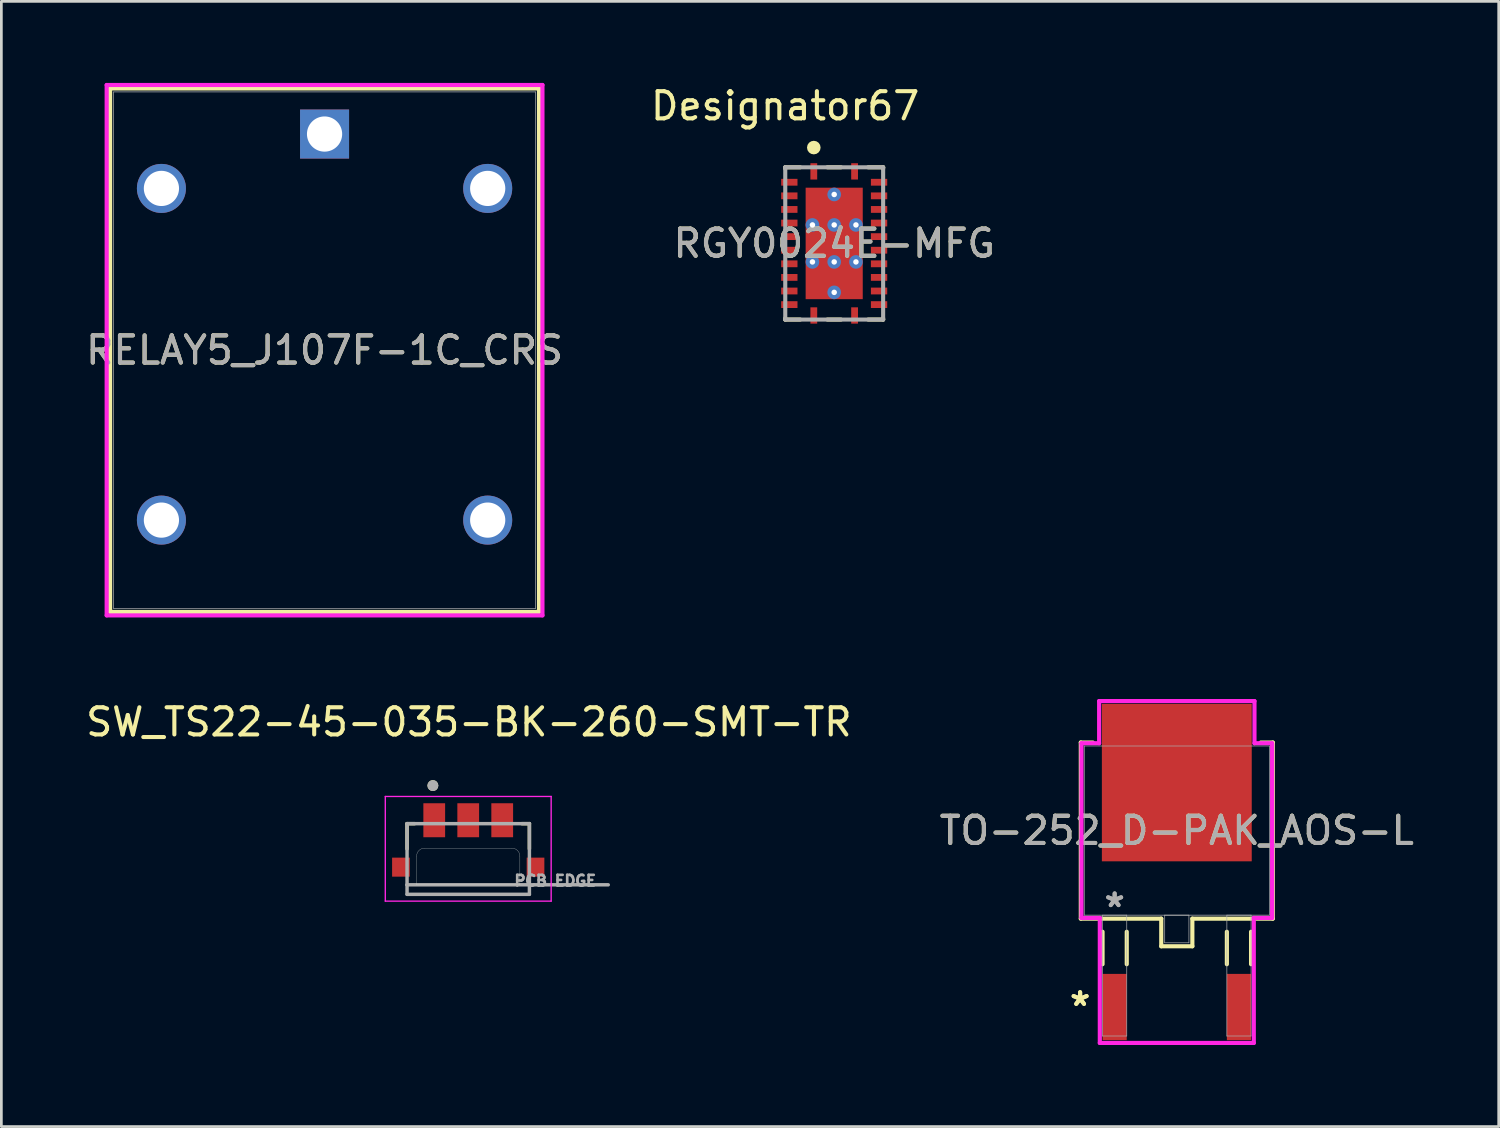
<source format=kicad_pcb>
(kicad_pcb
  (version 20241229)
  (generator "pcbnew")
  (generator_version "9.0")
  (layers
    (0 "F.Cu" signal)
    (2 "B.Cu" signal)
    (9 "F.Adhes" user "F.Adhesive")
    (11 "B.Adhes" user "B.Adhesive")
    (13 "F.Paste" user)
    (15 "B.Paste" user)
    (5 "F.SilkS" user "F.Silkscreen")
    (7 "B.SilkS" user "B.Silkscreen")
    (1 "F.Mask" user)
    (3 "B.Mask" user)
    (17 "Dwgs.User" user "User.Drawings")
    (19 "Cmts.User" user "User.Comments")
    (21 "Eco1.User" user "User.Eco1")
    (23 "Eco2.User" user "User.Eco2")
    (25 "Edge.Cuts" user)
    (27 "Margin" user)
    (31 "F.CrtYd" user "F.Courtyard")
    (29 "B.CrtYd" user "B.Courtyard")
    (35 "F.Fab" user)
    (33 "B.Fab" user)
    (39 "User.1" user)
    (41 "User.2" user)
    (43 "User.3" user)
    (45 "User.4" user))
  (footprint "TO-252_D-PAK_AOS-L"
    (layer "F.Cu")
    (at 40.232 27.498)
    (property "Reference" "TO-252_D-PAK_AOS-L" (at 0 0 0) (unlocked yes) (layer "F.SilkS") (effects (font (size 1 1) (thickness 0.15))))
    (attr smd)
    (fp_line (start -3.531 -3.239) (end -3.531 3.239) (stroke (width 0.152) (type solid)) (layer "F.SilkS"))
    (fp_line (start -3.531 3.239) (end -0.572 3.239) (stroke (width 0.152) (type solid)) (layer "F.SilkS"))
    (fp_line (start -3.089 -3.239) (end -3.531 -3.239) (stroke (width 0.152) (type solid)) (layer "F.SilkS"))
    (fp_line (start -2.731 3.721) (end -2.731 4.915) (stroke (width 0.152) (type solid)) (layer "F.SilkS"))
    (fp_line (start -1.841 3.721) (end -1.841 4.915) (stroke (width 0.152) (type solid)) (layer "F.SilkS"))
    (fp_line (start -0.572 3.239) (end -0.572 4.255) (stroke (width 0.152) (type solid)) (layer "F.SilkS"))
    (fp_line (start -0.572 4.255) (end 0.572 4.255) (stroke (width 0.152) (type solid)) (layer "F.SilkS"))
    (fp_line (start 0.572 3.239) (end 3.531 3.239) (stroke (width 0.152) (type solid)) (layer "F.SilkS"))
    (fp_line (start 0.572 4.255) (end 0.572 3.239) (stroke (width 0.152) (type solid)) (layer "F.SilkS"))
    (fp_line (start 1.841 3.721) (end 1.841 4.915) (stroke (width 0.152) (type solid)) (layer "F.SilkS"))
    (fp_line (start 2.731 3.721) (end 2.731 4.915) (stroke (width 0.152) (type solid)) (layer "F.SilkS"))
    (fp_line (start 3.531 -3.239) (end 3.089 -3.239) (stroke (width 0.152) (type solid)) (layer "F.SilkS"))
    (fp_line (start 3.531 3.239) (end 3.531 -3.239) (stroke (width 0.152) (type solid)) (layer "F.SilkS"))
    (fp_line (start -3.505 -3.213) (end -2.857 -3.213) (stroke (width 0.152) (type solid)) (layer "F.CrtYd"))
    (fp_line (start -3.505 3.213) (end -3.505 -3.213) (stroke (width 0.152) (type solid)) (layer "F.CrtYd"))
    (fp_line (start -2.857 -4.763) (end 2.857 -4.763) (stroke (width 0.152) (type solid)) (layer "F.CrtYd"))
    (fp_line (start -2.857 -3.213) (end -2.857 -4.763) (stroke (width 0.152) (type solid)) (layer "F.CrtYd"))
    (fp_line (start -2.832 3.213) (end -3.505 3.213) (stroke (width 0.152) (type solid)) (layer "F.CrtYd"))
    (fp_line (start -2.832 7.811) (end -2.832 3.213) (stroke (width 0.152) (type solid)) (layer "F.CrtYd"))
    (fp_line (start 2.832 3.213) (end 2.832 7.811) (stroke (width 0.152) (type solid)) (layer "F.CrtYd"))
    (fp_line (start 2.832 7.811) (end -2.832 7.811) (stroke (width 0.152) (type solid)) (layer "F.CrtYd"))
    (fp_line (start 2.857 -4.763) (end 2.857 -3.213) (stroke (width 0.152) (type solid)) (layer "F.CrtYd"))
    (fp_line (start 2.857 -3.213) (end 3.505 -3.213) (stroke (width 0.152) (type solid)) (layer "F.CrtYd"))
    (fp_line (start 3.505 -3.213) (end 3.505 3.213) (stroke (width 0.152) (type solid)) (layer "F.CrtYd"))
    (fp_line (start 3.505 3.213) (end 2.832 3.213) (stroke (width 0.152) (type solid)) (layer "F.CrtYd"))
    (fp_line (start -3.404 -3.111) (end -3.404 3.111) (stroke (width 0.025) (type solid)) (layer "F.Fab"))
    (fp_line (start -3.404 3.111) (end 3.404 3.111) (stroke (width 0.025) (type solid)) (layer "F.Fab"))
    (fp_line (start -2.731 3.111) (end -2.731 7.556) (stroke (width 0.025) (type solid)) (layer "F.Fab"))
    (fp_line (start -2.731 7.556) (end -1.841 7.556) (stroke (width 0.025) (type solid)) (layer "F.Fab"))
    (fp_line (start -1.841 3.111) (end -2.731 3.111) (stroke (width 0.025) (type solid)) (layer "F.Fab"))
    (fp_line (start -1.841 7.556) (end -1.841 3.111) (stroke (width 0.025) (type solid)) (layer "F.Fab"))
    (fp_line (start -0.445 3.111) (end -0.445 4.128) (stroke (width 0.025) (type solid)) (layer "F.Fab"))
    (fp_line (start -0.445 4.128) (end 0.445 4.128) (stroke (width 0.025) (type solid)) (layer "F.Fab"))
    (fp_line (start 0.445 3.111) (end -0.445 3.111) (stroke (width 0.025) (type solid)) (layer "F.Fab"))
    (fp_line (start 0.445 4.128) (end 0.445 3.111) (stroke (width 0.025) (type solid)) (layer "F.Fab"))
    (fp_line (start 1.841 3.111) (end 1.841 7.556) (stroke (width 0.025) (type solid)) (layer "F.Fab"))
    (fp_line (start 1.841 7.556) (end 2.731 7.556) (stroke (width 0.025) (type solid)) (layer "F.Fab"))
    (fp_line (start 2.731 3.111) (end 1.841 3.111) (stroke (width 0.025) (type solid)) (layer "F.Fab"))
    (fp_line (start 2.731 7.556) (end 2.731 3.111) (stroke (width 0.025) (type solid)) (layer "F.Fab"))
    (fp_line (start 3.404 -3.111) (end -3.404 -3.111) (stroke (width 0.025) (type solid)) (layer "F.Fab"))
    (fp_line (start 3.404 3.111) (end 3.404 -3.111) (stroke (width 0.025) (type solid)) (layer "F.Fab"))
    (fp_text user "*" (at -3.556 6.49 0) (layer "F.SilkS") (effects (font (size 1 1) (thickness 0.15))))
    (fp_text user "*" (at -3.556 6.49 0) (unlocked yes) (layer "F.SilkS") (effects (font (size 1 1) (thickness 0.15))))
    (fp_text user "${REFERENCE}" (at 0 0 0) (unlocked yes) (layer "F.Fab") (effects (font (size 1 1) (thickness 0.15))))
    (fp_text user "*" (at -2.286 2.857 0) (layer "F.Fab") (effects (font (size 1 1) (thickness 0.15))))
    (fp_text user "*" (at -2.286 2.857 0) (unlocked yes) (layer "F.Fab") (effects (font (size 1 1) (thickness 0.15))))
    (pad "1" smd rect (at -2.286 6.49) (size 0.889 2.438) (layers "F.Cu" "F.Mask" "F.Paste"))
    (pad "2" smd rect (at 0 -1.765) (size 5.512 5.791) (layers "F.Cu" "F.Mask" "F.Paste"))
    (pad "3" smd rect (at 2.286 6.49) (size 0.889 2.438) (layers "F.Cu" "F.Mask" "F.Paste")))
  (footprint "SW_TS22-45-035-BK-260-SMT-TR"
    (layer "F.Cu")
    (at 14.171 28.143)
    (property "Reference" "SW_TS22-45-035-BK-260-SMT-TR" (at 0.025 -4.635 0) (layer "F.SilkS") (effects (font (size 1 1) (thickness 0.15))))
    (attr smd)
    (fp_line (start -2.25 -0.9) (end -2.25 0.03) (stroke (width 0.127) (type solid)) (layer "F.SilkS"))
    (fp_line (start -1.97 -0.9) (end -2.25 -0.9) (stroke (width 0.127) (type solid)) (layer "F.SilkS"))
    (fp_line (start 2.25 -0.9) (end 1.97 -0.9) (stroke (width 0.127) (type solid)) (layer "F.SilkS"))
    (fp_line (start 2.25 0.03) (end 2.25 -0.9) (stroke (width 0.127) (type solid)) (layer "F.SilkS"))
    (fp_circle (center -1.3 -2.3) (end -1.2 -2.3) (stroke (width 0.2) (type solid)) (fill no) (layer "F.SilkS"))
    (fp_line (start -1.9 1.35) (end -1.9 0.3) (stroke (width 0.01) (type solid)) (layer "Edge.Cuts"))
    (fp_line (start -1.6 0) (end 1.6 0) (stroke (width 0.01) (type solid)) (layer "Edge.Cuts"))
    (fp_line (start 1.9 0.3) (end 1.9 1.35) (stroke (width 0.01) (type solid)) (layer "Edge.Cuts"))
    (fp_line (start 1.9 1.35) (end -1.9 1.35) (stroke (width 0.01) (type solid)) (layer "Edge.Cuts"))
    (fp_arc (start -1.9 0.3) (mid -1.812132 0.087868) (end -1.6 0) (stroke (width 0.01) (type solid)) (layer "Edge.Cuts"))
    (fp_arc (start 1.6 0) (mid 1.812132 0.087868) (end 1.9 0.3) (stroke (width 0.01) (type solid)) (layer "Edge.Cuts"))
    (fp_line (start -3.05 -1.9) (end -3.05 1.95) (stroke (width 0.05) (type solid)) (layer "F.CrtYd"))
    (fp_line (start -3.05 1.95) (end 3.05 1.95) (stroke (width 0.05) (type solid)) (layer "F.CrtYd"))
    (fp_line (start 3.05 -1.9) (end -3.05 -1.9) (stroke (width 0.05) (type solid)) (layer "F.CrtYd"))
    (fp_line (start 3.05 1.95) (end 3.05 -1.9) (stroke (width 0.05) (type solid)) (layer "F.CrtYd"))
    (fp_line (start -2.25 -0.9) (end -2.25 1.35) (stroke (width 0.127) (type solid)) (layer "F.Fab"))
    (fp_line (start -2.25 1.35) (end -2.25 1.7) (stroke (width 0.127) (type solid)) (layer "F.Fab"))
    (fp_line (start -2.25 1.35) (end 5.15 1.35) (stroke (width 0.127) (type solid)) (layer "F.Fab"))
    (fp_line (start -2.25 1.7) (end 2.25 1.7) (stroke (width 0.127) (type solid)) (layer "F.Fab"))
    (fp_line (start 2.25 -0.9) (end -2.25 -0.9) (stroke (width 0.127) (type solid)) (layer "F.Fab"))
    (fp_line (start 2.25 1.7) (end 2.25 -0.9) (stroke (width 0.127) (type solid)) (layer "F.Fab"))
    (fp_circle (center -1.3 -2.3) (end -1.2 -2.3) (stroke (width 0.2) (type solid)) (fill no) (layer "F.Fab"))
    (fp_text user "PCB EDGE" (at 3.2 1.2 0) (layer "F.Fab") (effects (font (size 0.394 0.394) (thickness 0.15))))
    (pad "1_1" smd rect (at -1.25 -1.025) (size 0.8 1.25) (layers "F.Cu" "F.Mask" "F.Paste"))
    (pad "1_2" smd rect (at 1.25 -1.025) (size 0.8 1.25) (layers "F.Cu" "F.Mask" "F.Paste"))
    (pad "2" smd rect (at 0 -1.025) (size 0.8 1.25) (layers "F.Cu" "F.Mask" "F.Paste"))
    (pad "4" smd rect (at -2.475 0.7) (size 0.65 0.7) (layers "F.Cu" "F.Mask" "F.Paste"))
    (pad "5" smd rect (at 2.475 0.7) (size 0.65 0.7) (layers "F.Cu" "F.Mask" "F.Paste")))
  (footprint "RELAY5_J107F-1C_CRS"
    (layer "F.Cu")
    (at 8.887 1.88)
    (property "Reference" "RELAY5_J107F-1C_CRS" (at 0 7.95 0) (unlocked yes) (layer "F.SilkS") (effects (font (size 1 1) (thickness 0.15))))
    (attr through_hole)
    (fp_line (start -7.887 -1.677) (end -7.887 17.576) (stroke (width 0.152) (type solid)) (layer "F.SilkS"))
    (fp_line (start 7.887 -1.677) (end -7.887 -1.677) (stroke (width 0.152) (type solid)) (layer "F.SilkS"))
    (fp_line (start 7.887 -1.677) (end 7.887 17.576) (stroke (width 0.152) (type solid)) (layer "F.SilkS"))
    (fp_line (start 7.887 17.576) (end -7.887 17.576) (stroke (width 0.152) (type solid)) (layer "F.SilkS"))
    (fp_line (start -8.014 -1.804) (end -8.014 17.703) (stroke (width 0.152) (type solid)) (layer "F.CrtYd"))
    (fp_line (start -8.014 17.703) (end 8.014 17.703) (stroke (width 0.152) (type solid)) (layer "F.CrtYd"))
    (fp_line (start 8.014 -1.804) (end -8.014 -1.804) (stroke (width 0.152) (type solid)) (layer "F.CrtYd"))
    (fp_line (start 8.014 17.703) (end 8.014 -1.804) (stroke (width 0.152) (type solid)) (layer "F.CrtYd"))
    (fp_line (start -7.76 -1.55) (end -7.76 17.449) (stroke (width 0.025) (type solid)) (layer "F.Fab"))
    (fp_line (start 7.76 -1.55) (end -7.76 -1.55) (stroke (width 0.025) (type solid)) (layer "F.Fab"))
    (fp_line (start 7.76 -1.55) (end 7.76 17.449) (stroke (width 0.025) (type solid)) (layer "F.Fab"))
    (fp_line (start 7.76 17.449) (end -7.76 17.449) (stroke (width 0.025) (type solid)) (layer "F.Fab"))
    (fp_text user "${REFERENCE}" (at 0 7.95 0) (unlocked yes) (layer "F.Fab") (effects (font (size 1 1) (thickness 0.15))))
    (pad "1" thru_hole rect (at 0 0) (size 1.803 1.803) (drill 1.295) (layers "*.Cu" "*.Mask"))
    (pad "2" thru_hole circle (at -6 2) (size 1.803 1.803) (drill 1.295) (layers "*.Cu" "*.Mask"))
    (pad "3" thru_hole circle (at -6 14.199) (size 1.803 1.803) (drill 1.295) (layers "*.Cu" "*.Mask"))
    (pad "4" thru_hole circle (at 6 14.199) (size 1.803 1.803) (drill 1.295) (layers "*.Cu" "*.Mask"))
    (pad "5" thru_hole circle (at 6 2) (size 1.803 1.803) (drill 1.295) (layers "*.Cu" "*.Mask")))
  (footprint "RGY0024E-MFG"
    (layer "F.Cu")
    (at 27.631 5.903)
    (property "Reference" "RGY0024E-MFG" (at 0 0 0) (unlocked yes) (layer "F.SilkS") (effects (font (size 1 1) (thickness 0.15))))
    (attr smd)
    (fp_line (start -1.8 -2.8) (end -1.25 -2.8) (stroke (width 0.15) (type solid)) (layer "F.SilkS"))
    (fp_line (start -1.8 -2.75) (end -1.8 -2.8) (stroke (width 0.15) (type solid)) (layer "F.SilkS"))
    (fp_line (start -1.8 2.8) (end -1.8 2.75) (stroke (width 0.15) (type solid)) (layer "F.SilkS"))
    (fp_line (start -1.8 2.8) (end -1.25 2.8) (stroke (width 0.15) (type solid)) (layer "F.SilkS"))
    (fp_line (start -0.25 -2.8) (end 0.25 -2.8) (stroke (width 0.15) (type solid)) (layer "F.SilkS"))
    (fp_line (start -0.25 2.8) (end 0.25 2.8) (stroke (width 0.15) (type solid)) (layer "F.SilkS"))
    (fp_line (start 1.25 -2.8) (end 1.8 -2.8) (stroke (width 0.15) (type solid)) (layer "F.SilkS"))
    (fp_line (start 1.25 2.8) (end 1.8 2.8) (stroke (width 0.15) (type solid)) (layer "F.SilkS"))
    (fp_line (start 1.8 -2.75) (end 1.8 -2.8) (stroke (width 0.15) (type solid)) (layer "F.SilkS"))
    (fp_line (start 1.8 2.8) (end 1.8 2.75) (stroke (width 0.15) (type solid)) (layer "F.SilkS"))
    (fp_circle (center -0.75 -3.525) (end -0.625 -3.525) (stroke (width 0.25) (type solid)) (fill no) (layer "F.SilkS"))
    (fp_poly (pts (xy -0.99 1.94) (xy -1.04 1.89) (xy -1.04 0.83) (xy -0.99 0.78) (xy -0.15 0.78) (xy -0.1 0.83) (xy -0.1 1.89) (xy -0.15 1.94)) (stroke (width 0) (type solid)) (fill yes) (layer "F.Paste"))
    (fp_poly (pts (xy -0.15 0.58) (xy -0.99 0.58) (xy -1.04 0.53) (xy -1.04 -0.53) (xy -0.99 -0.58) (xy -0.15 -0.58) (xy -0.1 -0.53) (xy -0.1 0.53)) (stroke (width 0) (type solid)) (fill yes) (layer "F.Paste"))
    (fp_poly (pts (xy -0.1 -0.83) (xy -0.15 -0.78) (xy -0.99 -0.78) (xy -1.04 -0.83) (xy -1.04 -1.89) (xy -0.99 -1.94) (xy -0.15 -1.94) (xy -0.1 -1.89)) (stroke (width 0) (type solid)) (fill yes) (layer "F.Paste"))
    (fp_poly (pts (xy 0.1 -0.83) (xy 0.1 -1.89) (xy 0.15 -1.94) (xy 0.99 -1.94) (xy 1.04 -1.89) (xy 1.04 -0.83) (xy 0.99 -0.78) (xy 0.15 -0.78)) (stroke (width 0) (type solid)) (fill yes) (layer "F.Paste"))
    (fp_poly (pts (xy 0.1 0.83) (xy 0.15 0.78) (xy 0.99 0.78) (xy 1.04 0.83) (xy 1.04 1.89) (xy 0.99 1.94) (xy 0.15 1.94) (xy 0.1 1.89)) (stroke (width 0) (type solid)) (fill yes) (layer "F.Paste"))
    (fp_poly (pts (xy 1.04 0.53) (xy 0.99 0.58) (xy 0.15 0.58) (xy 0.1 0.53) (xy 0.1 -0.53) (xy 0.15 -0.58) (xy 0.99 -0.58) (xy 1.04 -0.53)) (stroke (width 0) (type solid)) (fill yes) (layer "F.Paste"))
    (fp_line (start -1.8 -2.8) (end 1.8 -2.8) (stroke (width 0.15) (type solid)) (layer "F.Fab"))
    (fp_line (start -1.8 2.8) (end -1.8 -2.8) (stroke (width 0.15) (type solid)) (layer "F.Fab"))
    (fp_line (start -1.8 2.8) (end 1.8 2.8) (stroke (width 0.15) (type solid)) (layer "F.Fab"))
    (fp_line (start 1.8 2.8) (end 1.8 -2.8) (stroke (width 0.15) (type solid)) (layer "F.Fab"))
    (fp_text user "Designator67" (at -1.803 -5.055 0) (unlocked yes) (layer "F.SilkS") (effects (font (size 1 1) (thickness 0.15))))
    (fp_text user "${REFERENCE}" (at 0 0 0) (unlocked yes) (layer "F.Fab") (effects (font (size 1 1) (thickness 0.15))))
    (pad "1" smd rect (at -0.75 -2.65) (size 0.25 0.6) (layers "F.Cu" "F.Mask" "F.Paste"))
    (pad "2" smd rect (at -1.65 -2.25 90) (size 0.25 0.6) (layers "F.Cu" "F.Mask" "F.Paste"))
    (pad "3" smd rect (at -1.65 -1.75 90) (size 0.25 0.6) (layers "F.Cu" "F.Mask" "F.Paste"))
    (pad "4" smd rect (at -1.65 -1.25 90) (size 0.25 0.6) (layers "F.Cu" "F.Mask" "F.Paste"))
    (pad "5" smd rect (at -1.65 -0.75 90) (size 0.25 0.6) (layers "F.Cu" "F.Mask" "F.Paste"))
    (pad "6" smd rect (at -1.65 -0.25 90) (size 0.25 0.6) (layers "F.Cu" "F.Mask" "F.Paste"))
    (pad "7" smd rect (at -1.65 0.25 90) (size 0.25 0.6) (layers "F.Cu" "F.Mask" "F.Paste"))
    (pad "8" smd rect (at -1.65 0.75 90) (size 0.25 0.6) (layers "F.Cu" "F.Mask" "F.Paste"))
    (pad "9" smd rect (at -1.65 1.25 90) (size 0.25 0.6) (layers "F.Cu" "F.Mask" "F.Paste"))
    (pad "10" smd rect (at -1.65 1.75 90) (size 0.25 0.6) (layers "F.Cu" "F.Mask" "F.Paste"))
    (pad "11" smd rect (at -1.65 2.25 90) (size 0.25 0.6) (layers "F.Cu" "F.Mask" "F.Paste"))
    (pad "12" smd rect (at -0.75 2.65) (size 0.25 0.6) (layers "F.Cu" "F.Mask" "F.Paste"))
    (pad "13" smd rect (at 0.75 2.65) (size 0.25 0.6) (layers "F.Cu" "F.Mask" "F.Paste"))
    (pad "14" smd rect (at 1.65 2.25 90) (size 0.25 0.6) (layers "F.Cu" "F.Mask" "F.Paste"))
    (pad "15" smd rect (at 1.65 1.75 90) (size 0.25 0.6) (layers "F.Cu" "F.Mask" "F.Paste"))
    (pad "16" smd rect (at 1.65 1.25 90) (size 0.25 0.6) (layers "F.Cu" "F.Mask" "F.Paste"))
    (pad "17" smd rect (at 1.65 0.75 90) (size 0.25 0.6) (layers "F.Cu" "F.Mask" "F.Paste"))
    (pad "18" smd rect (at 1.65 0.25 90) (size 0.25 0.6) (layers "F.Cu" "F.Mask" "F.Paste"))
    (pad "19" smd rect (at 1.65 -0.25 90) (size 0.25 0.6) (layers "F.Cu" "F.Mask" "F.Paste"))
    (pad "20" smd rect (at 1.65 -0.75 90) (size 0.25 0.6) (layers "F.Cu" "F.Mask" "F.Paste"))
    (pad "21" smd rect (at 1.65 -1.25 90) (size 0.25 0.6) (layers "F.Cu" "F.Mask" "F.Paste"))
    (pad "22" smd rect (at 1.65 -1.75 90) (size 0.25 0.6) (layers "F.Cu" "F.Mask" "F.Paste"))
    (pad "23" smd rect (at 1.65 -2.25 90) (size 0.25 0.6) (layers "F.Cu" "F.Mask" "F.Paste"))
    (pad "24" smd rect (at 0.75 -2.65) (size 0.25 0.6) (layers "F.Cu" "F.Mask" "F.Paste"))
    (pad "25" smd rect (at 0 0) (size 2.1 4.1) (layers "F.Cu" "F.Mask"))
    (pad "26" thru_hole circle (at -0.8 -0.68) (size 0.5 0.5) (drill 0.203) (layers "*.Cu" "*.Mask"))
    (pad "27" thru_hole circle (at 0 -0.68) (size 0.5 0.5) (drill 0.203) (layers "*.Cu" "*.Mask"))
    (pad "28" thru_hole circle (at 0.8 -0.68) (size 0.5 0.5) (drill 0.203) (layers "*.Cu" "*.Mask"))
    (pad "29" thru_hole circle (at -0.8 0.68) (size 0.5 0.5) (drill 0.203) (layers "*.Cu" "*.Mask"))
    (pad "30" thru_hole circle (at 0 0.68) (size 0.5 0.5) (drill 0.203) (layers "*.Cu" "*.Mask"))
    (pad "31" thru_hole circle (at 0.8 0.68) (size 0.5 0.5) (drill 0.203) (layers "*.Cu" "*.Mask"))
    (pad "32" thru_hole circle (at 0 -1.8) (size 0.5 0.5) (drill 0.203) (layers "*.Cu" "*.Mask"))
    (pad "33" thru_hole circle (at 0 1.8) (size 0.5 0.5) (drill 0.203) (layers "*.Cu" "*.Mask")))
  (gr_rect
    (start -3 -3)
    (end 52.071 38.385)
    (stroke (width 0.1) (type default))
    (fill no)
    (layer "Edge.Cuts")))
</source>
